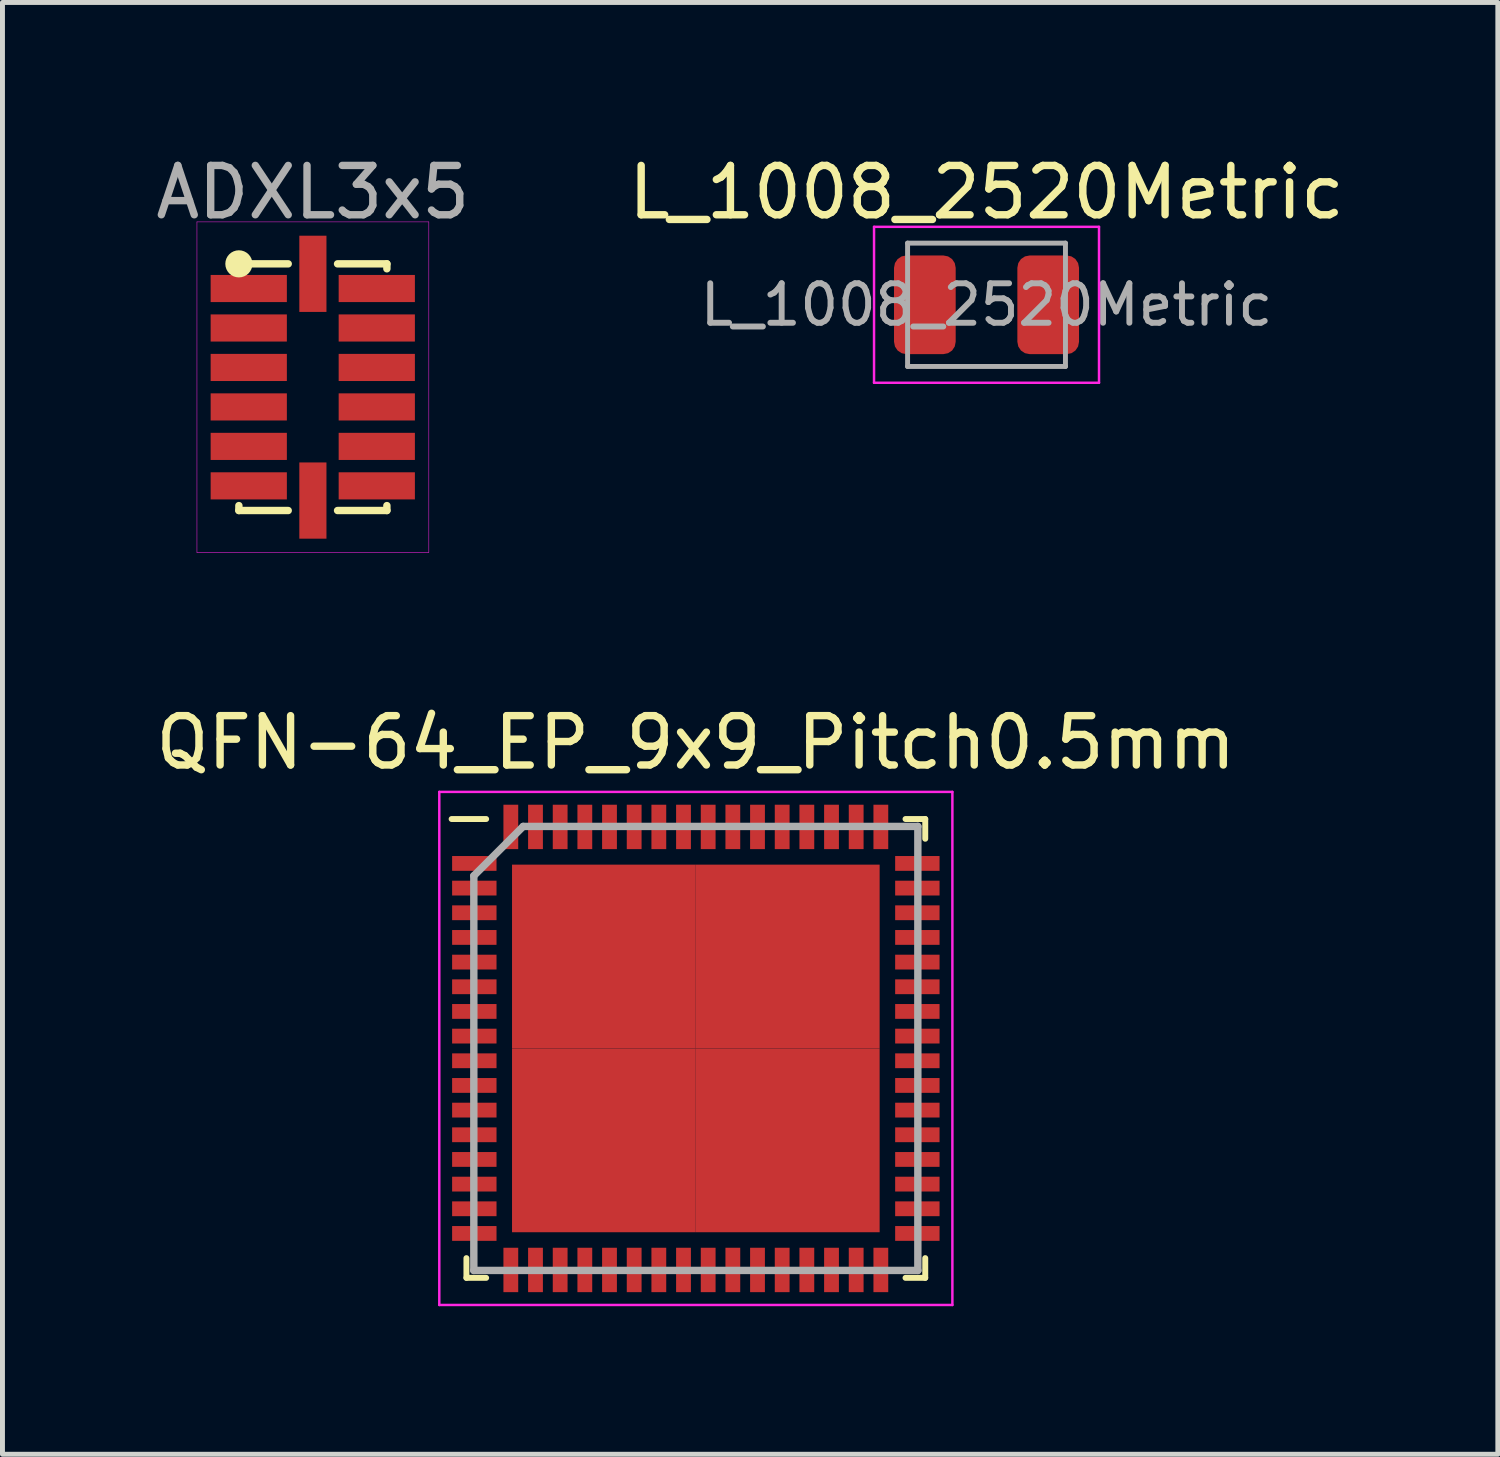
<source format=kicad_pcb>
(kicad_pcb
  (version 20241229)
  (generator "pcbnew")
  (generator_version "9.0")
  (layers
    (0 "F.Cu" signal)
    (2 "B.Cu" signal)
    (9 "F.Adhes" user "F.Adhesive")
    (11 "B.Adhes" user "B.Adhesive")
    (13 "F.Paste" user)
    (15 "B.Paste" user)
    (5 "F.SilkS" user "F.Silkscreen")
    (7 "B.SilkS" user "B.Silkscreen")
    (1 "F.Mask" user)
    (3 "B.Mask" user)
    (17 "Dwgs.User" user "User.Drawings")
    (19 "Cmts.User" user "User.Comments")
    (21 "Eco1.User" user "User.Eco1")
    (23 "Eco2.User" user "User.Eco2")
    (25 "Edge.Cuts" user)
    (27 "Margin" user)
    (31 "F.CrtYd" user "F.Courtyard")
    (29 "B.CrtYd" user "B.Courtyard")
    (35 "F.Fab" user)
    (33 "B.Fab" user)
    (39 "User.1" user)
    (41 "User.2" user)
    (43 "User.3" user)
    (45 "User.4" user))
  (footprint "QFN-64_EP_9x9_Pitch0.5mm"
    (layer "F.Cu")
    (at 11.054 18.201)
    (property "Reference" "QFN-64_EP_9x9_Pitch0.5mm" (at 0 -6.2 0) (layer "F.SilkS") (effects (font (size 1 1) (thickness 0.15))))
    (attr smd)
    (fp_line (start -4.65 4.65) (end -4.65 4.25) (stroke (width 0.12) (type solid)) (layer "F.SilkS"))
    (fp_line (start -4.25 -4.65) (end -4.95 -4.65) (stroke (width 0.12) (type solid)) (layer "F.SilkS"))
    (fp_line (start -4.25 4.65) (end -4.65 4.65) (stroke (width 0.12) (type solid)) (layer "F.SilkS"))
    (fp_line (start 4.25 -4.65) (end 4.65 -4.65) (stroke (width 0.12) (type solid)) (layer "F.SilkS"))
    (fp_line (start 4.25 4.65) (end 4.65 4.65) (stroke (width 0.12) (type solid)) (layer "F.SilkS"))
    (fp_line (start 4.65 -4.65) (end 4.65 -4.25) (stroke (width 0.12) (type solid)) (layer "F.SilkS"))
    (fp_line (start 4.65 4.65) (end 4.65 4.25) (stroke (width 0.12) (type solid)) (layer "F.SilkS"))
    (fp_line (start -5.2 -5.2) (end 5.2 -5.2) (stroke (width 0.05) (type solid)) (layer "F.CrtYd"))
    (fp_line (start -5.2 5.2) (end -5.2 -5.2) (stroke (width 0.05) (type solid)) (layer "F.CrtYd"))
    (fp_line (start 5.2 -5.2) (end 5.2 5.2) (stroke (width 0.05) (type solid)) (layer "F.CrtYd"))
    (fp_line (start 5.2 5.2) (end -5.2 5.2) (stroke (width 0.05) (type solid)) (layer "F.CrtYd"))
    (fp_line (start -4.5 -3.5) (end -4.5 4.5) (stroke (width 0.15) (type solid)) (layer "F.Fab"))
    (fp_line (start -4.5 4.5) (end 4.5 4.5) (stroke (width 0.15) (type solid)) (layer "F.Fab"))
    (fp_line (start -3.5 -4.5) (end -4.5 -3.5) (stroke (width 0.15) (type solid)) (layer "F.Fab"))
    (fp_line (start 4.5 -4.5) (end -3.5 -4.5) (stroke (width 0.15) (type solid)) (layer "F.Fab"))
    (fp_line (start 4.5 4.5) (end 4.5 -4.5) (stroke (width 0.15) (type solid)) (layer "F.Fab"))
    (pad "1" smd rect (at -4.49 -3.75 90) (size 0.3 0.9) (layers "F.Cu" "F.Mask" "F.Paste"))
    (pad "2" smd rect (at -4.49 -3.25 90) (size 0.3 0.9) (layers "F.Cu" "F.Mask" "F.Paste"))
    (pad "3" smd rect (at -4.49 -2.75 90) (size 0.3 0.9) (layers "F.Cu" "F.Mask" "F.Paste"))
    (pad "4" smd rect (at -4.49 -2.25 90) (size 0.3 0.9) (layers "F.Cu" "F.Mask" "F.Paste"))
    (pad "5" smd rect (at -4.49 -1.75 90) (size 0.3 0.9) (layers "F.Cu" "F.Mask" "F.Paste"))
    (pad "6" smd rect (at -4.49 -1.25 90) (size 0.3 0.9) (layers "F.Cu" "F.Mask" "F.Paste"))
    (pad "7" smd rect (at -4.49 -0.75 90) (size 0.3 0.9) (layers "F.Cu" "F.Mask" "F.Paste"))
    (pad "8" smd rect (at -4.49 -0.25 90) (size 0.3 0.9) (layers "F.Cu" "F.Mask" "F.Paste"))
    (pad "9" smd rect (at -4.49 0.25 90) (size 0.3 0.9) (layers "F.Cu" "F.Mask" "F.Paste"))
    (pad "10" smd rect (at -4.49 0.75 90) (size 0.3 0.9) (layers "F.Cu" "F.Mask" "F.Paste"))
    (pad "11" smd rect (at -4.49 1.25 90) (size 0.3 0.9) (layers "F.Cu" "F.Mask" "F.Paste"))
    (pad "12" smd rect (at -4.49 1.75 90) (size 0.3 0.9) (layers "F.Cu" "F.Mask" "F.Paste"))
    (pad "13" smd rect (at -4.49 2.25 90) (size 0.3 0.9) (layers "F.Cu" "F.Mask" "F.Paste"))
    (pad "14" smd rect (at -4.49 2.75 90) (size 0.3 0.9) (layers "F.Cu" "F.Mask" "F.Paste"))
    (pad "15" smd rect (at -4.49 3.25 90) (size 0.3 0.9) (layers "F.Cu" "F.Mask" "F.Paste"))
    (pad "16" smd rect (at -4.49 3.75 90) (size 0.3 0.9) (layers "F.Cu" "F.Mask" "F.Paste"))
    (pad "17" smd rect (at -3.75 4.49) (size 0.3 0.9) (layers "F.Cu" "F.Mask" "F.Paste"))
    (pad "18" smd rect (at -3.25 4.49) (size 0.3 0.9) (layers "F.Cu" "F.Mask" "F.Paste"))
    (pad "19" smd rect (at -2.75 4.49) (size 0.3 0.9) (layers "F.Cu" "F.Mask" "F.Paste"))
    (pad "20" smd rect (at -2.25 4.49) (size 0.3 0.9) (layers "F.Cu" "F.Mask" "F.Paste"))
    (pad "21" smd rect (at -1.75 4.49) (size 0.3 0.9) (layers "F.Cu" "F.Mask" "F.Paste"))
    (pad "22" smd rect (at -1.25 4.49) (size 0.3 0.9) (layers "F.Cu" "F.Mask" "F.Paste"))
    (pad "23" smd rect (at -0.75 4.49) (size 0.3 0.9) (layers "F.Cu" "F.Mask" "F.Paste"))
    (pad "24" smd rect (at -0.25 4.49) (size 0.3 0.9) (layers "F.Cu" "F.Mask" "F.Paste"))
    (pad "25" smd rect (at 0.25 4.49) (size 0.3 0.9) (layers "F.Cu" "F.Mask" "F.Paste"))
    (pad "26" smd rect (at 0.75 4.49) (size 0.3 0.9) (layers "F.Cu" "F.Mask" "F.Paste"))
    (pad "27" smd rect (at 1.25 4.49) (size 0.3 0.9) (layers "F.Cu" "F.Mask" "F.Paste"))
    (pad "28" smd rect (at 1.75 4.49) (size 0.3 0.9) (layers "F.Cu" "F.Mask" "F.Paste"))
    (pad "29" smd rect (at 2.25 4.49) (size 0.3 0.9) (layers "F.Cu" "F.Mask" "F.Paste"))
    (pad "30" smd rect (at 2.75 4.49) (size 0.3 0.9) (layers "F.Cu" "F.Mask" "F.Paste"))
    (pad "31" smd rect (at 3.25 4.49) (size 0.3 0.9) (layers "F.Cu" "F.Mask" "F.Paste"))
    (pad "32" smd rect (at 3.75 4.49) (size 0.3 0.9) (layers "F.Cu" "F.Mask" "F.Paste"))
    (pad "33" smd rect (at 4.49 3.75 90) (size 0.3 0.9) (layers "F.Cu" "F.Mask" "F.Paste"))
    (pad "34" smd rect (at 4.49 3.25 90) (size 0.3 0.9) (layers "F.Cu" "F.Mask" "F.Paste"))
    (pad "35" smd rect (at 4.49 2.75 90) (size 0.3 0.9) (layers "F.Cu" "F.Mask" "F.Paste"))
    (pad "36" smd rect (at 4.49 2.25 90) (size 0.3 0.9) (layers "F.Cu" "F.Mask" "F.Paste"))
    (pad "37" smd rect (at 4.49 1.75 90) (size 0.3 0.9) (layers "F.Cu" "F.Mask" "F.Paste"))
    (pad "38" smd rect (at 4.49 1.25 90) (size 0.3 0.9) (layers "F.Cu" "F.Mask" "F.Paste"))
    (pad "39" smd rect (at 4.49 0.75 90) (size 0.3 0.9) (layers "F.Cu" "F.Mask" "F.Paste"))
    (pad "40" smd rect (at 4.49 0.25 90) (size 0.3 0.9) (layers "F.Cu" "F.Mask" "F.Paste"))
    (pad "41" smd rect (at 4.49 -0.25 90) (size 0.3 0.9) (layers "F.Cu" "F.Mask" "F.Paste"))
    (pad "42" smd rect (at 4.49 -0.75 90) (size 0.3 0.9) (layers "F.Cu" "F.Mask" "F.Paste"))
    (pad "43" smd rect (at 4.49 -1.25 90) (size 0.3 0.9) (layers "F.Cu" "F.Mask" "F.Paste"))
    (pad "44" smd rect (at 4.49 -1.75 90) (size 0.3 0.9) (layers "F.Cu" "F.Mask" "F.Paste"))
    (pad "45" smd rect (at 4.49 -2.25 90) (size 0.3 0.9) (layers "F.Cu" "F.Mask" "F.Paste"))
    (pad "46" smd rect (at 4.49 -2.75 90) (size 0.3 0.9) (layers "F.Cu" "F.Mask" "F.Paste"))
    (pad "47" smd rect (at 4.49 -3.25 90) (size 0.3 0.9) (layers "F.Cu" "F.Mask" "F.Paste"))
    (pad "48" smd rect (at 4.49 -3.75 90) (size 0.3 0.9) (layers "F.Cu" "F.Mask" "F.Paste"))
    (pad "49" smd rect (at 3.75 -4.49) (size 0.3 0.9) (layers "F.Cu" "F.Mask" "F.Paste"))
    (pad "50" smd rect (at 3.25 -4.49) (size 0.3 0.9) (layers "F.Cu" "F.Mask" "F.Paste"))
    (pad "51" smd rect (at 2.75 -4.49) (size 0.3 0.9) (layers "F.Cu" "F.Mask" "F.Paste"))
    (pad "52" smd rect (at 2.25 -4.49) (size 0.3 0.9) (layers "F.Cu" "F.Mask" "F.Paste"))
    (pad "53" smd rect (at 1.75 -4.49) (size 0.3 0.9) (layers "F.Cu" "F.Mask" "F.Paste"))
    (pad "54" smd rect (at 1.25 -4.49) (size 0.3 0.9) (layers "F.Cu" "F.Mask" "F.Paste"))
    (pad "55" smd rect (at 0.75 -4.49) (size 0.3 0.9) (layers "F.Cu" "F.Mask" "F.Paste"))
    (pad "56" smd rect (at 0.25 -4.49) (size 0.3 0.9) (layers "F.Cu" "F.Mask" "F.Paste"))
    (pad "57" smd rect (at -0.25 -4.49) (size 0.3 0.9) (layers "F.Cu" "F.Mask" "F.Paste"))
    (pad "58" smd rect (at -0.75 -4.49) (size 0.3 0.9) (layers "F.Cu" "F.Mask" "F.Paste"))
    (pad "59" smd rect (at -1.25 -4.49) (size 0.3 0.9) (layers "F.Cu" "F.Mask" "F.Paste"))
    (pad "60" smd rect (at -1.75 -4.49) (size 0.3 0.9) (layers "F.Cu" "F.Mask" "F.Paste"))
    (pad "61" smd rect (at -2.25 -4.49) (size 0.3 0.9) (layers "F.Cu" "F.Mask" "F.Paste"))
    (pad "62" smd rect (at -2.75 -4.49) (size 0.3 0.9) (layers "F.Cu" "F.Mask" "F.Paste"))
    (pad "63" smd rect (at -3.25 -4.49) (size 0.3 0.9) (layers "F.Cu" "F.Mask" "F.Paste"))
    (pad "64" smd rect (at -3.75 -4.49) (size 0.3 0.9) (layers "F.Cu" "F.Mask" "F.Paste"))
    (pad "65" smd rect (at -1.863 -1.863) (size 3.725 3.725) (layers "F.Cu" "F.Mask" "F.Paste"))
    (pad "65" smd rect (at -1.863 1.863) (size 3.725 3.725) (layers "F.Cu" "F.Mask" "F.Paste"))
    (pad "65" smd rect (at 1.863 -1.863) (size 3.725 3.725) (layers "F.Cu" "F.Mask" "F.Paste"))
    (pad "65" smd rect (at 1.863 1.863) (size 3.725 3.725) (layers "F.Cu" "F.Mask" "F.Paste")))
  (footprint "ADXL3x5"
    (layer "F.Cu")
    (at 3.292 4.798)
    (property "Reference" "ADXL3x5" (at 0 -3.95 0) (layer "F.Fab") (effects (font (size 1 1) (thickness 0.15))))
    (attr through_hole)
    (fp_line (start -1.5 -2.5) (end -1.5 -2.4) (stroke (width 0.15) (type solid)) (layer "F.SilkS"))
    (fp_line (start -1.5 -2.5) (end -0.5 -2.5) (stroke (width 0.15) (type solid)) (layer "F.SilkS"))
    (fp_line (start -1.5 2.5) (end -1.5 2.4) (stroke (width 0.15) (type solid)) (layer "F.SilkS"))
    (fp_line (start -1.5 2.5) (end -0.5 2.5) (stroke (width 0.15) (type solid)) (layer "F.SilkS"))
    (fp_line (start 0.5 -2.5) (end 1.5 -2.5) (stroke (width 0.15) (type solid)) (layer "F.SilkS"))
    (fp_line (start 0.5 2.5) (end 1.5 2.5) (stroke (width 0.15) (type solid)) (layer "F.SilkS"))
    (fp_line (start 1.5 -2.5) (end 1.5 -2.4) (stroke (width 0.15) (type solid)) (layer "F.SilkS"))
    (fp_line (start 1.5 2.5) (end 1.5 2.4) (stroke (width 0.15) (type solid)) (layer "F.SilkS"))
    (fp_circle (center -1.5 -2.5) (end -1.5 -2.7) (stroke (width 0.15) (type solid)) (fill no) (layer "F.SilkS"))
    (fp_circle (center -1.5 -2.5) (end -1.5 -2.6) (stroke (width 0.15) (type solid)) (fill no) (layer "F.SilkS"))
    (fp_line (start -2.35 -3.35) (end 2.35 -3.35) (stroke (width 0.01) (type solid)) (layer "F.CrtYd"))
    (fp_line (start -2.35 3.35) (end -2.35 -3.35) (stroke (width 0.01) (type solid)) (layer "F.CrtYd"))
    (fp_line (start 2.35 -3.35) (end 2.35 3.35) (stroke (width 0.01) (type solid)) (layer "F.CrtYd"))
    (fp_line (start 2.35 3.35) (end -2.35 3.35) (stroke (width 0.01) (type solid)) (layer "F.CrtYd"))
    (pad "1" smd rect (at -1.1 -2) (size 1.545 0.55) (drill (offset -0.2 0)) (layers "F.Cu" "F.Mask" "F.Paste"))
    (pad "2" smd rect (at -1.1 -1.2) (size 1.545 0.55) (drill (offset -0.2 0)) (layers "F.Cu" "F.Mask" "F.Paste"))
    (pad "3" smd rect (at -1.1 -0.4) (size 1.545 0.55) (drill (offset -0.2 0)) (layers "F.Cu" "F.Mask" "F.Paste"))
    (pad "4" smd rect (at -1.1 0.4) (size 1.545 0.55) (drill (offset -0.2 0)) (layers "F.Cu" "F.Mask" "F.Paste"))
    (pad "5" smd rect (at -1.1 1.2) (size 1.545 0.55) (drill (offset -0.2 0)) (layers "F.Cu" "F.Mask" "F.Paste"))
    (pad "6" smd rect (at -1.1 2) (size 1.545 0.55) (drill (offset -0.2 0)) (layers "F.Cu" "F.Mask" "F.Paste"))
    (pad "7" smd rect (at 0 2.098) (size 0.55 1.545) (drill (offset 0 0.2)) (layers "F.Cu" "F.Mask" "F.Paste"))
    (pad "8" smd rect (at 1.095 2) (size 1.545 0.55) (drill (offset 0.2 0)) (layers "F.Cu" "F.Mask" "F.Paste"))
    (pad "9" smd rect (at 1.095 1.2) (size 1.545 0.55) (drill (offset 0.2 0)) (layers "F.Cu" "F.Mask" "F.Paste"))
    (pad "10" smd rect (at 1.095 0.4) (size 1.545 0.55) (drill (offset 0.2 0)) (layers "F.Cu" "F.Mask" "F.Paste"))
    (pad "11" smd rect (at 1.095 -0.4) (size 1.545 0.55) (drill (offset 0.2 0)) (layers "F.Cu" "F.Mask" "F.Paste"))
    (pad "12" smd rect (at 1.095 -1.2) (size 1.545 0.55) (drill (offset 0.2 0)) (layers "F.Cu" "F.Mask" "F.Paste"))
    (pad "13" smd rect (at 1.095 -2) (size 1.545 0.55) (drill (offset 0.2 0)) (layers "F.Cu" "F.Mask" "F.Paste"))
    (pad "14" smd rect (at 0 -2.098) (size 0.55 1.545) (drill (offset 0 -0.2)) (layers "F.Cu" "F.Mask" "F.Paste")))
  (footprint "L_1008_2520Metric"
    (layer "F.Cu")
    (at 16.946 3.128)
    (property "Reference" "L_1008_2520Metric" (at 0 -2.28 0) (layer "F.SilkS") (effects (font (size 1 1) (thickness 0.15))))
    (attr smd)
    (fp_line (start -2.28 -1.58) (end 2.28 -1.58) (stroke (width 0.05) (type solid)) (layer "F.CrtYd"))
    (fp_line (start -2.28 1.58) (end -2.28 -1.58) (stroke (width 0.05) (type solid)) (layer "F.CrtYd"))
    (fp_line (start 2.28 -1.58) (end 2.28 1.58) (stroke (width 0.05) (type solid)) (layer "F.CrtYd"))
    (fp_line (start 2.28 1.58) (end -2.28 1.58) (stroke (width 0.05) (type solid)) (layer "F.CrtYd"))
    (fp_line (start -1.6 -1.25) (end 1.6 -1.25) (stroke (width 0.1) (type solid)) (layer "F.Fab"))
    (fp_line (start -1.6 1.25) (end -1.6 -1.25) (stroke (width 0.1) (type solid)) (layer "F.Fab"))
    (fp_line (start 1.6 -1.25) (end 1.6 1.25) (stroke (width 0.1) (type solid)) (layer "F.Fab"))
    (fp_line (start 1.6 1.25) (end -1.6 1.25) (stroke (width 0.1) (type solid)) (layer "F.Fab"))
    (fp_text user "${REFERENCE}" (at 0 0 0) (layer "F.Fab") (effects (font (size 0.8 0.8) (thickness 0.12))))
    (pad "1" smd roundrect (at -1.25 0) (size 1.25 2) (layers "F.Cu" "F.Mask" "F.Paste") (roundrect_rratio 0.2))
    (pad "2" smd roundrect (at 1.25 0) (size 1.25 2) (layers "F.Cu" "F.Mask" "F.Paste") (roundrect_rratio 0.2)))
  (gr_rect
    (start -3 -3)
    (end 27.31 26.427)
    (stroke (width 0.1) (type default))
    (fill no)
    (layer "Edge.Cuts")))
</source>
